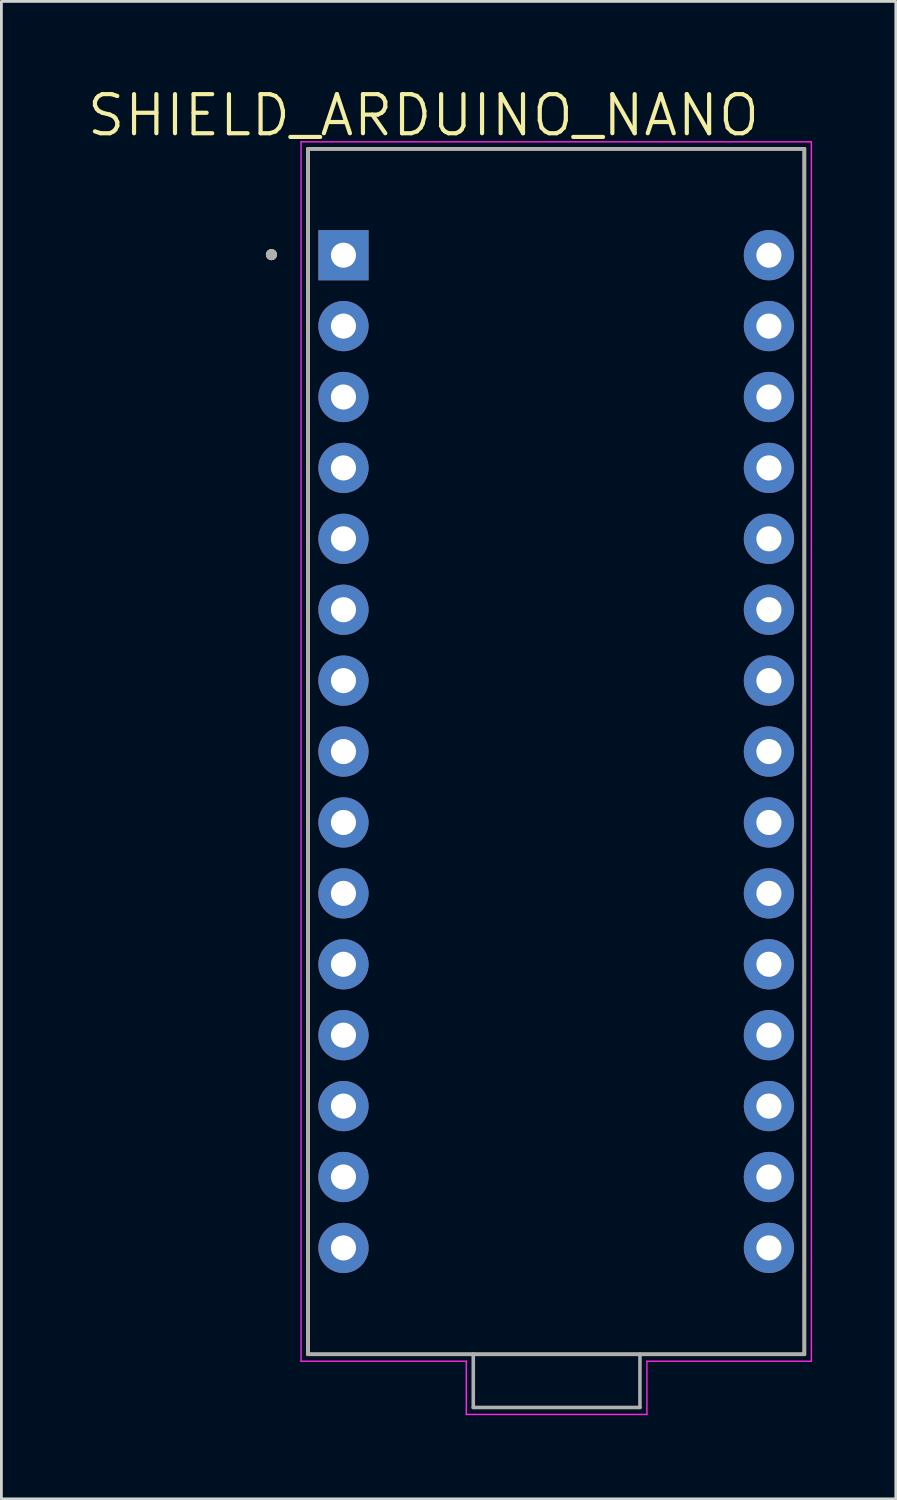
<source format=kicad_pcb>
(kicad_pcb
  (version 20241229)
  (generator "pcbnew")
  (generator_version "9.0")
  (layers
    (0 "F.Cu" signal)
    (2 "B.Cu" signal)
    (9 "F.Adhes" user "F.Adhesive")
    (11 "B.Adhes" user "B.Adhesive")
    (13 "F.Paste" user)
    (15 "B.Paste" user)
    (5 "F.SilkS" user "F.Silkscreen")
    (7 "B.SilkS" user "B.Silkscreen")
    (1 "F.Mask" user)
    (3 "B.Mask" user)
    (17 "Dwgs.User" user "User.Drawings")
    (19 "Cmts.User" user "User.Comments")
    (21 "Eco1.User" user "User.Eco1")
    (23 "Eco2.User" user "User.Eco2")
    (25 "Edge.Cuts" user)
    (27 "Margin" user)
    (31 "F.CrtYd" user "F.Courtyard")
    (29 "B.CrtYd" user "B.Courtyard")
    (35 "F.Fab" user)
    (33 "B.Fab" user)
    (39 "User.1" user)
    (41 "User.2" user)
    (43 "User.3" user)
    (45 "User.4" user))
  (footprint "SHIELD_ARDUINO_NANO"
    (layer "F.Cu")
    (at 16.873 23.871)
    (property "Reference" "SHIELD_ARDUINO_NANO" (at -4.755 -22.789 180) (layer "F.SilkS") (effects (font (size 1.4 1.4) (thickness 0.15))))
    (attr through_hole)
    (fp_line (start -8.89 -21.59) (end 8.89 -21.59) (stroke (width 0.127) (type solid)) (layer "F.SilkS"))
    (fp_line (start -8.89 21.59) (end -8.89 -21.59) (stroke (width 0.127) (type solid)) (layer "F.SilkS"))
    (fp_line (start 8.89 -21.59) (end 8.89 21.59) (stroke (width 0.127) (type solid)) (layer "F.SilkS"))
    (fp_line (start 8.89 21.59) (end -8.89 21.59) (stroke (width 0.127) (type solid)) (layer "F.SilkS"))
    (fp_circle (center -10.2 -17.8) (end -10.1 -17.8) (stroke (width 0.2) (type solid)) (fill no) (layer "F.SilkS"))
    (fp_line (start -9.14 -21.84) (end 9.14 -21.84) (stroke (width 0.05) (type solid)) (layer "F.CrtYd"))
    (fp_line (start -9.14 21.84) (end -9.14 -21.84) (stroke (width 0.05) (type solid)) (layer "F.CrtYd"))
    (fp_line (start -9.14 21.84) (end -3.22 21.84) (stroke (width 0.05) (type solid)) (layer "F.CrtYd"))
    (fp_line (start -3.22 21.84) (end -3.22 23.745) (stroke (width 0.05) (type solid)) (layer "F.CrtYd"))
    (fp_line (start -3.22 23.745) (end 3.25 23.745) (stroke (width 0.05) (type solid)) (layer "F.CrtYd"))
    (fp_line (start 3.25 21.84) (end 9.14 21.84) (stroke (width 0.05) (type solid)) (layer "F.CrtYd"))
    (fp_line (start 3.25 23.745) (end 3.25 21.84) (stroke (width 0.05) (type solid)) (layer "F.CrtYd"))
    (fp_line (start 9.14 -21.84) (end 9.14 21.84) (stroke (width 0.05) (type solid)) (layer "F.CrtYd"))
    (fp_line (start -8.89 -21.59) (end 8.89 -21.59) (stroke (width 0.127) (type solid)) (layer "F.Fab"))
    (fp_line (start -8.89 21.59) (end -8.89 -21.59) (stroke (width 0.127) (type solid)) (layer "F.Fab"))
    (fp_line (start -2.97 21.59) (end -8.89 21.59) (stroke (width 0.127) (type solid)) (layer "F.Fab"))
    (fp_line (start -2.97 21.59) (end -2.97 23.495) (stroke (width 0.127) (type solid)) (layer "F.Fab"))
    (fp_line (start -2.97 23.495) (end 3 23.495) (stroke (width 0.127) (type solid)) (layer "F.Fab"))
    (fp_line (start 3 21.59) (end -2.97 21.59) (stroke (width 0.127) (type solid)) (layer "F.Fab"))
    (fp_line (start 3 23.495) (end 3 21.59) (stroke (width 0.127) (type solid)) (layer "F.Fab"))
    (fp_line (start 8.89 -21.59) (end 8.89 21.59) (stroke (width 0.127) (type solid)) (layer "F.Fab"))
    (fp_line (start 8.89 21.59) (end 3 21.59) (stroke (width 0.127) (type solid)) (layer "F.Fab"))
    (fp_circle (center -10.2 -17.8) (end -10.1 -17.8) (stroke (width 0.2) (type solid)) (fill no) (layer "F.Fab"))
    (pad "1" thru_hole rect (at -7.62 -17.78) (size 1.8 1.8) (drill 0.9) (layers "*.Cu" "*.Mask"))
    (pad "2" thru_hole circle (at -7.62 -15.24) (size 1.8 1.8) (drill 0.9) (layers "*.Cu" "*.Mask"))
    (pad "3" thru_hole circle (at -7.62 -12.7) (size 1.8 1.8) (drill 0.9) (layers "*.Cu" "*.Mask"))
    (pad "4" thru_hole circle (at -7.62 -10.16) (size 1.8 1.8) (drill 0.9) (layers "*.Cu" "*.Mask"))
    (pad "5" thru_hole circle (at -7.62 -7.62) (size 1.8 1.8) (drill 0.9) (layers "*.Cu" "*.Mask"))
    (pad "6" thru_hole circle (at -7.62 -5.08) (size 1.8 1.8) (drill 0.9) (layers "*.Cu" "*.Mask"))
    (pad "7" thru_hole circle (at -7.62 -2.54) (size 1.8 1.8) (drill 0.9) (layers "*.Cu" "*.Mask"))
    (pad "8" thru_hole circle (at -7.62 0) (size 1.8 1.8) (drill 0.9) (layers "*.Cu" "*.Mask"))
    (pad "9" thru_hole circle (at -7.62 2.54) (size 1.8 1.8) (drill 0.9) (layers "*.Cu" "*.Mask"))
    (pad "10" thru_hole circle (at -7.62 5.08) (size 1.8 1.8) (drill 0.9) (layers "*.Cu" "*.Mask"))
    (pad "11" thru_hole circle (at -7.62 7.62) (size 1.8 1.8) (drill 0.9) (layers "*.Cu" "*.Mask"))
    (pad "12" thru_hole circle (at -7.62 10.16) (size 1.8 1.8) (drill 0.9) (layers "*.Cu" "*.Mask"))
    (pad "13" thru_hole circle (at -7.62 12.7) (size 1.8 1.8) (drill 0.9) (layers "*.Cu" "*.Mask"))
    (pad "14" thru_hole circle (at -7.62 15.24) (size 1.8 1.8) (drill 0.9) (layers "*.Cu" "*.Mask"))
    (pad "15" thru_hole circle (at -7.62 17.78) (size 1.8 1.8) (drill 0.9) (layers "*.Cu" "*.Mask"))
    (pad "16" thru_hole circle (at 7.62 17.78) (size 1.8 1.8) (drill 0.9) (layers "*.Cu" "*.Mask"))
    (pad "17" thru_hole circle (at 7.62 15.24) (size 1.8 1.8) (drill 0.9) (layers "*.Cu" "*.Mask"))
    (pad "18" thru_hole circle (at 7.62 12.7) (size 1.8 1.8) (drill 0.9) (layers "*.Cu" "*.Mask"))
    (pad "19" thru_hole circle (at 7.62 10.16) (size 1.8 1.8) (drill 0.9) (layers "*.Cu" "*.Mask"))
    (pad "20" thru_hole circle (at 7.62 7.62) (size 1.8 1.8) (drill 0.9) (layers "*.Cu" "*.Mask"))
    (pad "21" thru_hole circle (at 7.62 5.08) (size 1.8 1.8) (drill 0.9) (layers "*.Cu" "*.Mask"))
    (pad "22" thru_hole circle (at 7.62 2.54) (size 1.8 1.8) (drill 0.9) (layers "*.Cu" "*.Mask"))
    (pad "23" thru_hole circle (at 7.62 0) (size 1.8 1.8) (drill 0.9) (layers "*.Cu" "*.Mask"))
    (pad "24" thru_hole circle (at 7.62 -2.54) (size 1.8 1.8) (drill 0.9) (layers "*.Cu" "*.Mask"))
    (pad "25" thru_hole circle (at 7.62 -5.08) (size 1.8 1.8) (drill 0.9) (layers "*.Cu" "*.Mask"))
    (pad "26" thru_hole circle (at 7.62 -7.62) (size 1.8 1.8) (drill 0.9) (layers "*.Cu" "*.Mask"))
    (pad "27" thru_hole circle (at 7.62 -10.16) (size 1.8 1.8) (drill 0.9) (layers "*.Cu" "*.Mask"))
    (pad "28" thru_hole circle (at 7.62 -12.7) (size 1.8 1.8) (drill 0.9) (layers "*.Cu" "*.Mask"))
    (pad "29" thru_hole circle (at 7.62 -15.24) (size 1.8 1.8) (drill 0.9) (layers "*.Cu" "*.Mask"))
    (pad "30" thru_hole circle (at 7.62 -17.78) (size 1.8 1.8) (drill 0.9) (layers "*.Cu" "*.Mask")))
  (gr_rect
    (start -3 -3)
    (end 29.038 50.641)
    (stroke (width 0.1) (type default))
    (fill no)
    (layer "Edge.Cuts")))
</source>
